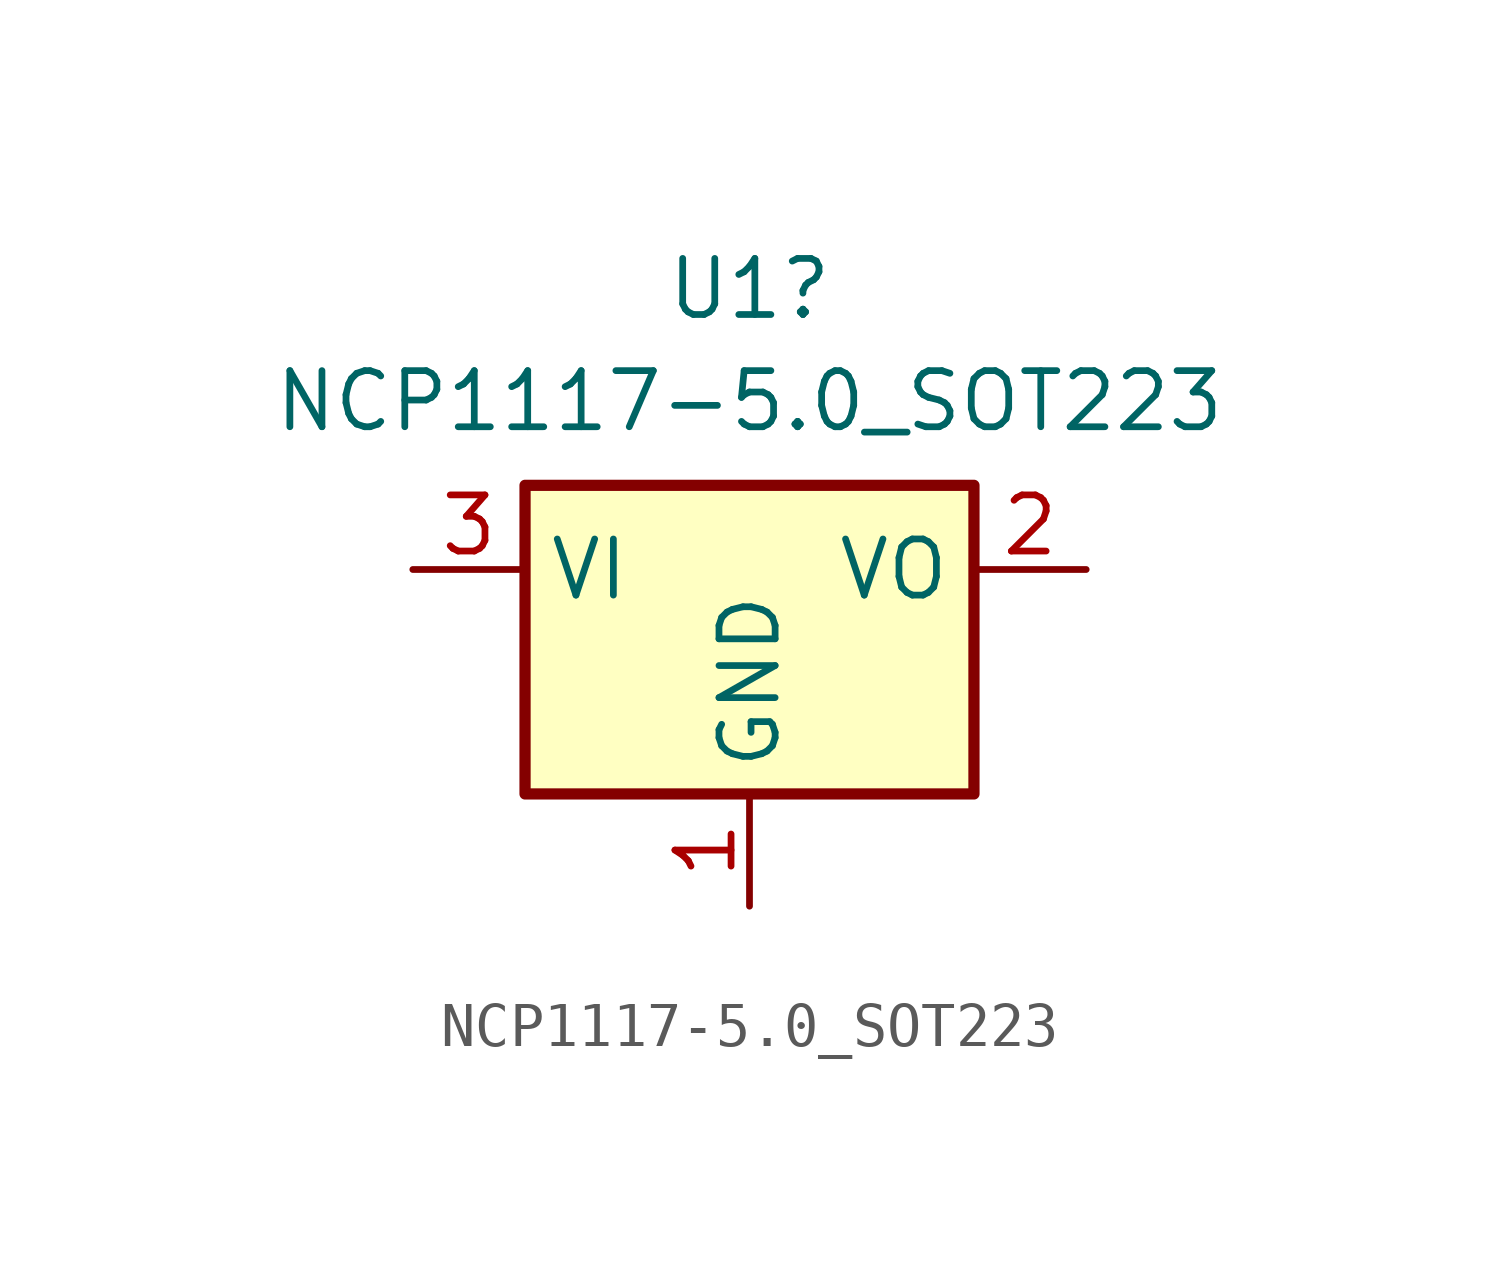
<source format=kicad_sym>
(kicad_symbol_lib
  (version 20231120)
  (generator "kicad_symbol_editor")
  (generator_version "8.0")
  (symbol "NCP1117-5.0_SOT223"
    (property "Reference" "U1"
      (at 0 6.35 0)
      (effects (font (size 1.27 1.27))))
    (property "Value" "NCP1117-5.0_SOT223"
      (at 0 3.81 0)
      (effects (font (size 1.27 1.27))))
    (symbol "NCP1117-5.0_SOT223_0_1"
      (rectangle (start -5.08 -5.08) (end 5.08 1.905) (stroke (width 0.254) (type default)) (fill (type background))))
    (symbol "NCP1117-5.0_SOT223_1_1"
      (pin power_in line (at 0 -7.62 90) (length 2.54) (name "GND" (effects (font (size 1.27 1.27)))) (number "1" (effects (font (size 1.27 1.27)))))
      (pin power_out line (at 7.62 0 180) (length 2.54) (name "VO" (effects (font (size 1.27 1.27)))) (number "2" (effects (font (size 1.27 1.27)))))
      (pin power_in line (at -7.62 0 0) (length 2.54) (name "VI" (effects (font (size 1.27 1.27)))) (number "3" (effects (font (size 1.27 1.27))))))))
</source>
